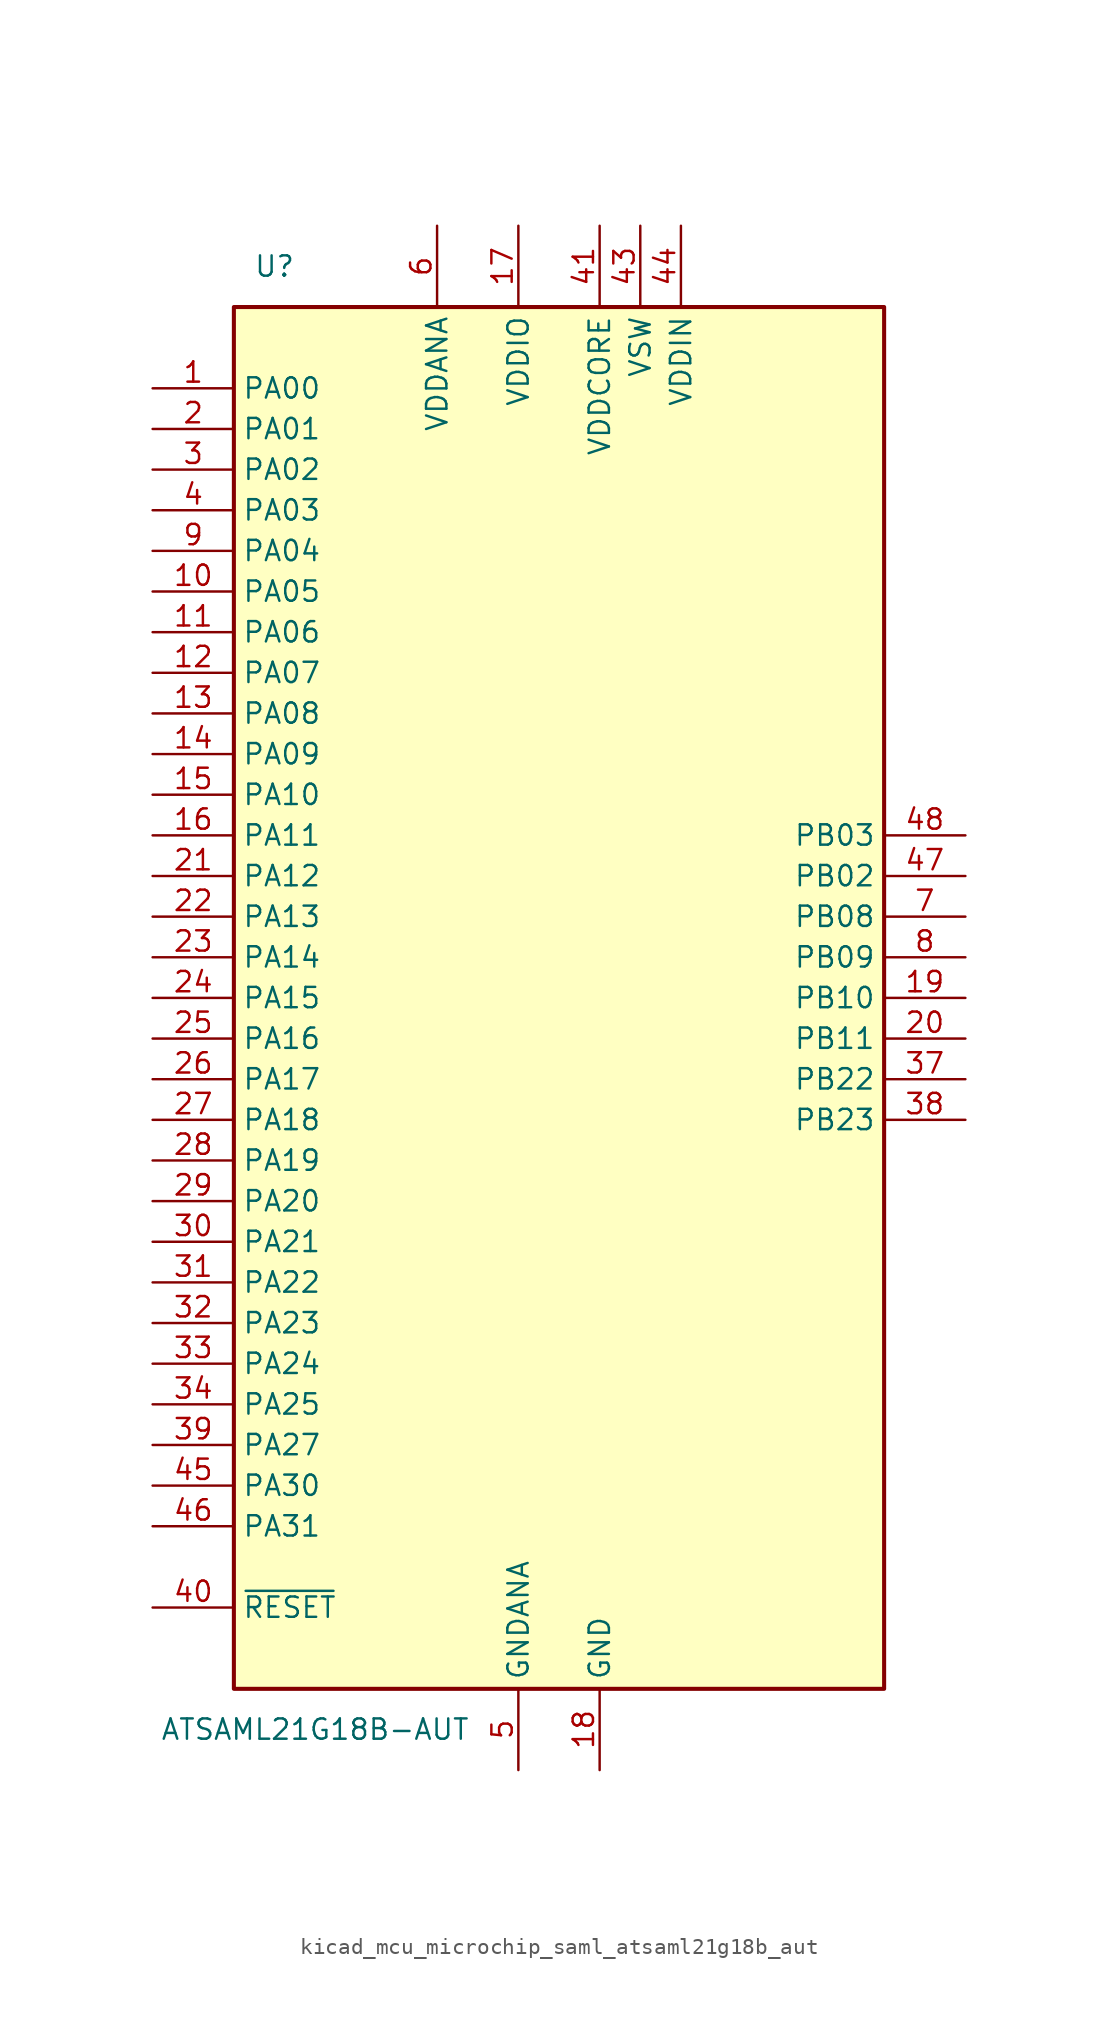
<source format=kicad_sym>
(kicad_symbol_lib
  (version 20220914)
  (generator kicad_symbol_editor)
  (symbol "kicad_mcu_microchip_saml_atsaml21g18b_aut"
    (property "Reference" "U"
      (at -17.78 45.72 0)
      (effects (font (size 1.27 1.27))))
    (property "Value" "ATSAML21G18B-AUT"
      (at -15.24 -45.72 0)
      (effects (font (size 1.27 1.27))))
    (symbol "kicad_mcu_microchip_saml_atsaml21g18b_aut_0_1"
      (rectangle (start -20.32 43.18) (end 20.32 -43.18) (stroke (width 0.254) (type default)) (fill (type background))))
    (symbol "kicad_mcu_microchip_saml_atsaml21g18b_aut_1_1"
      (pin bidirectional line (at -25.4 38.1 0) (length 5.08) (name "PA00" (effects (font (size 1.27 1.27)))) (number "1" (effects (font (size 1.27 1.27)))))
      (pin bidirectional line (at -25.4 25.4 0) (length 5.08) (name "PA05" (effects (font (size 1.27 1.27)))) (number "10" (effects (font (size 1.27 1.27)))))
      (pin bidirectional line (at -25.4 22.86 0) (length 5.08) (name "PA06" (effects (font (size 1.27 1.27)))) (number "11" (effects (font (size 1.27 1.27)))))
      (pin bidirectional line (at -25.4 20.32 0) (length 5.08) (name "PA07" (effects (font (size 1.27 1.27)))) (number "12" (effects (font (size 1.27 1.27)))))
      (pin bidirectional line (at -25.4 17.78 0) (length 5.08) (name "PA08" (effects (font (size 1.27 1.27)))) (number "13" (effects (font (size 1.27 1.27)))))
      (pin bidirectional line (at -25.4 15.24 0) (length 5.08) (name "PA09" (effects (font (size 1.27 1.27)))) (number "14" (effects (font (size 1.27 1.27)))))
      (pin bidirectional line (at -25.4 12.7 0) (length 5.08) (name "PA10" (effects (font (size 1.27 1.27)))) (number "15" (effects (font (size 1.27 1.27)))))
      (pin bidirectional line (at -25.4 10.16 0) (length 5.08) (name "PA11" (effects (font (size 1.27 1.27)))) (number "16" (effects (font (size 1.27 1.27)))))
      (pin power_in line (at -2.54 48.26 270) (length 5.08) (name "VDDIO" (effects (font (size 1.27 1.27)))) (number "17" (effects (font (size 1.27 1.27)))))
      (pin power_in line (at 2.54 -48.26 90) (length 5.08) (name "GND" (effects (font (size 1.27 1.27)))) (number "18" (effects (font (size 1.27 1.27)))))
      (pin bidirectional line (at 25.4 0 180) (length 5.08) (name "PB10" (effects (font (size 1.27 1.27)))) (number "19" (effects (font (size 1.27 1.27)))))
      (pin bidirectional line (at -25.4 35.56 0) (length 5.08) (name "PA01" (effects (font (size 1.27 1.27)))) (number "2" (effects (font (size 1.27 1.27)))))
      (pin bidirectional line (at 25.4 -2.54 180) (length 5.08) (name "PB11" (effects (font (size 1.27 1.27)))) (number "20" (effects (font (size 1.27 1.27)))))
      (pin bidirectional line (at -25.4 7.62 0) (length 5.08) (name "PA12" (effects (font (size 1.27 1.27)))) (number "21" (effects (font (size 1.27 1.27)))))
      (pin bidirectional line (at -25.4 5.08 0) (length 5.08) (name "PA13" (effects (font (size 1.27 1.27)))) (number "22" (effects (font (size 1.27 1.27)))))
      (pin bidirectional line (at -25.4 2.54 0) (length 5.08) (name "PA14" (effects (font (size 1.27 1.27)))) (number "23" (effects (font (size 1.27 1.27)))))
      (pin bidirectional line (at -25.4 0 0) (length 5.08) (name "PA15" (effects (font (size 1.27 1.27)))) (number "24" (effects (font (size 1.27 1.27)))))
      (pin bidirectional line (at -25.4 -2.54 0) (length 5.08) (name "PA16" (effects (font (size 1.27 1.27)))) (number "25" (effects (font (size 1.27 1.27)))))
      (pin bidirectional line (at -25.4 -5.08 0) (length 5.08) (name "PA17" (effects (font (size 1.27 1.27)))) (number "26" (effects (font (size 1.27 1.27)))))
      (pin bidirectional line (at -25.4 -7.62 0) (length 5.08) (name "PA18" (effects (font (size 1.27 1.27)))) (number "27" (effects (font (size 1.27 1.27)))))
      (pin bidirectional line (at -25.4 -10.16 0) (length 5.08) (name "PA19" (effects (font (size 1.27 1.27)))) (number "28" (effects (font (size 1.27 1.27)))))
      (pin bidirectional line (at -25.4 -12.7 0) (length 5.08) (name "PA20" (effects (font (size 1.27 1.27)))) (number "29" (effects (font (size 1.27 1.27)))))
      (pin bidirectional line (at -25.4 33.02 0) (length 5.08) (name "PA02" (effects (font (size 1.27 1.27)))) (number "3" (effects (font (size 1.27 1.27)))))
      (pin bidirectional line (at -25.4 -15.24 0) (length 5.08) (name "PA21" (effects (font (size 1.27 1.27)))) (number "30" (effects (font (size 1.27 1.27)))))
      (pin bidirectional line (at -25.4 -17.78 0) (length 5.08) (name "PA22" (effects (font (size 1.27 1.27)))) (number "31" (effects (font (size 1.27 1.27)))))
      (pin bidirectional line (at -25.4 -20.32 0) (length 5.08) (name "PA23" (effects (font (size 1.27 1.27)))) (number "32" (effects (font (size 1.27 1.27)))))
      (pin bidirectional line (at -25.4 -22.86 0) (length 5.08) (name "PA24" (effects (font (size 1.27 1.27)))) (number "33" (effects (font (size 1.27 1.27)))))
      (pin bidirectional line (at -25.4 -25.4 0) (length 5.08) (name "PA25" (effects (font (size 1.27 1.27)))) (number "34" (effects (font (size 1.27 1.27)))))
      (pin passive line (at 2.54 -48.26 90) (length 5.08) hide (name "GND" (effects (font (size 1.27 1.27)))) (number "35" (effects (font (size 1.27 1.27)))))
      (pin passive line (at -2.54 48.26 270) (length 5.08) hide (name "VDDIO" (effects (font (size 1.27 1.27)))) (number "36" (effects (font (size 1.27 1.27)))))
      (pin bidirectional line (at 25.4 -5.08 180) (length 5.08) (name "PB22" (effects (font (size 1.27 1.27)))) (number "37" (effects (font (size 1.27 1.27)))))
      (pin bidirectional line (at 25.4 -7.62 180) (length 5.08) (name "PB23" (effects (font (size 1.27 1.27)))) (number "38" (effects (font (size 1.27 1.27)))))
      (pin bidirectional line (at -25.4 -27.94 0) (length 5.08) (name "PA27" (effects (font (size 1.27 1.27)))) (number "39" (effects (font (size 1.27 1.27)))))
      (pin bidirectional line (at -25.4 30.48 0) (length 5.08) (name "PA03" (effects (font (size 1.27 1.27)))) (number "4" (effects (font (size 1.27 1.27)))))
      (pin input line (at -25.4 -38.1 0) (length 5.08) (name "~{RESET}" (effects (font (size 1.27 1.27)))) (number "40" (effects (font (size 1.27 1.27)))))
      (pin bidirectional line (at 2.54 48.26 270) (length 5.08) (name "VDDCORE" (effects (font (size 1.27 1.27)))) (number "41" (effects (font (size 1.27 1.27)))))
      (pin passive line (at 2.54 -48.26 90) (length 5.08) hide (name "GND" (effects (font (size 1.27 1.27)))) (number "42" (effects (font (size 1.27 1.27)))))
      (pin bidirectional line (at 5.08 48.26 270) (length 5.08) (name "VSW" (effects (font (size 1.27 1.27)))) (number "43" (effects (font (size 1.27 1.27)))))
      (pin bidirectional line (at 7.62 48.26 270) (length 5.08) (name "VDDIN" (effects (font (size 1.27 1.27)))) (number "44" (effects (font (size 1.27 1.27)))))
      (pin bidirectional line (at -25.4 -30.48 0) (length 5.08) (name "PA30" (effects (font (size 1.27 1.27)))) (number "45" (effects (font (size 1.27 1.27)))))
      (pin bidirectional line (at -25.4 -33.02 0) (length 5.08) (name "PA31" (effects (font (size 1.27 1.27)))) (number "46" (effects (font (size 1.27 1.27)))))
      (pin bidirectional line (at 25.4 7.62 180) (length 5.08) (name "PB02" (effects (font (size 1.27 1.27)))) (number "47" (effects (font (size 1.27 1.27)))))
      (pin bidirectional line (at 25.4 10.16 180) (length 5.08) (name "PB03" (effects (font (size 1.27 1.27)))) (number "48" (effects (font (size 1.27 1.27)))))
      (pin power_in line (at -2.54 -48.26 90) (length 5.08) (name "GNDANA" (effects (font (size 1.27 1.27)))) (number "5" (effects (font (size 1.27 1.27)))))
      (pin bidirectional line (at -7.62 48.26 270) (length 5.08) (name "VDDANA" (effects (font (size 1.27 1.27)))) (number "6" (effects (font (size 1.27 1.27)))))
      (pin bidirectional line (at 25.4 5.08 180) (length 5.08) (name "PB08" (effects (font (size 1.27 1.27)))) (number "7" (effects (font (size 1.27 1.27)))))
      (pin bidirectional line (at 25.4 2.54 180) (length 5.08) (name "PB09" (effects (font (size 1.27 1.27)))) (number "8" (effects (font (size 1.27 1.27)))))
      (pin bidirectional line (at -25.4 27.94 0) (length 5.08) (name "PA04" (effects (font (size 1.27 1.27)))) (number "9" (effects (font (size 1.27 1.27))))))))
</source>
